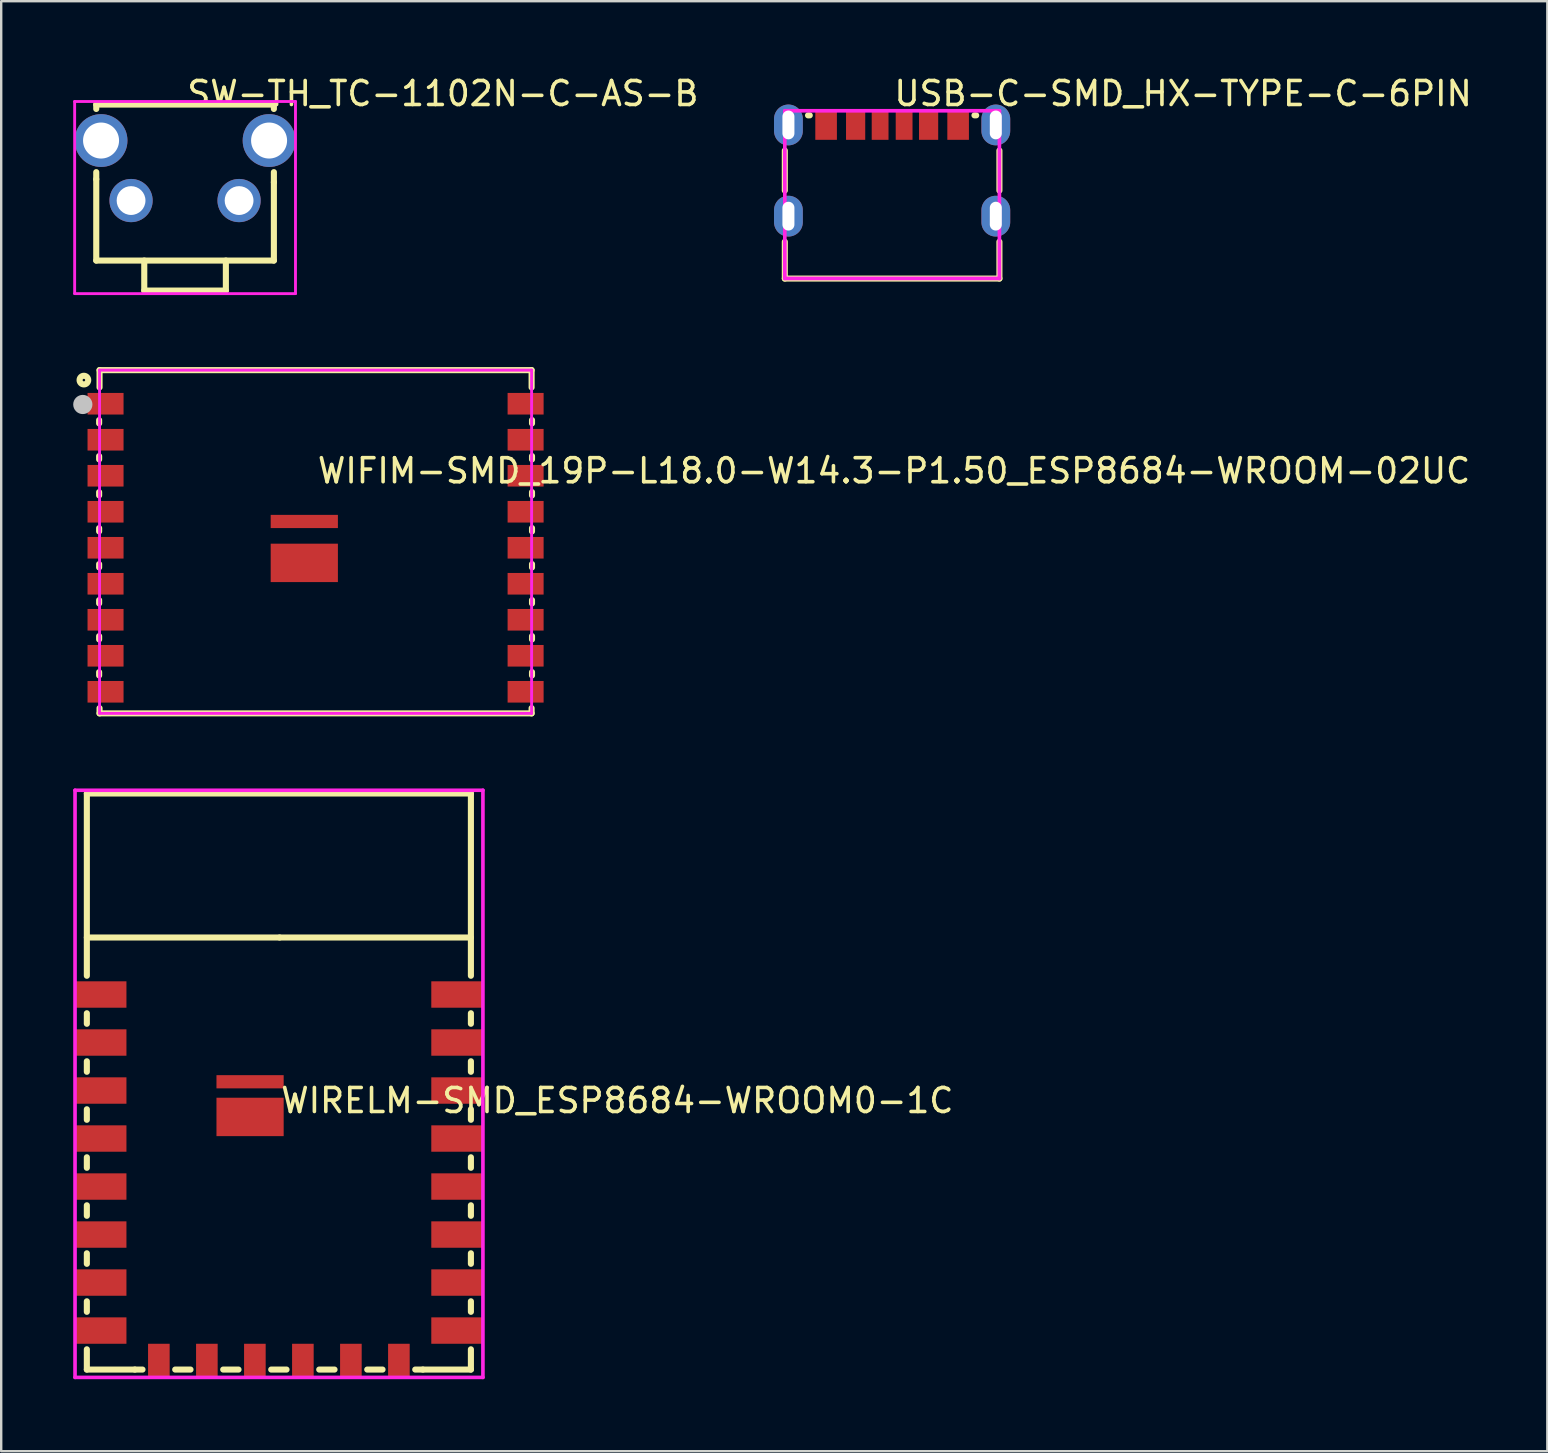
<source format=kicad_pcb>
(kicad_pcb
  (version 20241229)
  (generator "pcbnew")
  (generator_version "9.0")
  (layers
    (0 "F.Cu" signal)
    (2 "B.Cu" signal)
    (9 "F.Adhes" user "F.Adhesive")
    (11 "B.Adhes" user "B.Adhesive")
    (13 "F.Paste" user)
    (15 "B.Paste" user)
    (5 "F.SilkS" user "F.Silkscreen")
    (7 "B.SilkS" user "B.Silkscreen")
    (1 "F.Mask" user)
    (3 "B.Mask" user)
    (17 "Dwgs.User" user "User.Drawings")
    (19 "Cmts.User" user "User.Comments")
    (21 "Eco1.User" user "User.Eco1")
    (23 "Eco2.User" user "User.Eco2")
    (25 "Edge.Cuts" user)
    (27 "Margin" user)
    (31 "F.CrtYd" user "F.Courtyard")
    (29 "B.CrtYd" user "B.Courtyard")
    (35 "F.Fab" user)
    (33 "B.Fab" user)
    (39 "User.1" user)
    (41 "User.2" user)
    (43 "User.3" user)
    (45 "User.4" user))
  (footprint "WIRELM-SMD_ESP8684-WROOM0-1C"
    (layer "F.Cu")
    (at 8.568 46.007)
    (property "Reference" "WIRELM-SMD_ESP8684-WROOM0-1C" (at 0 -3.207 0) (layer "F.SilkS") (effects (font (size 1 1) (thickness 0.15)) (justify left)))
    (attr through_hole)
    (fp_line (start -8 -8.406) (end -8 -16) (stroke (width 0.254) (type solid)) (layer "F.SilkS"))
    (fp_line (start -8 -6.406) (end -8 -6.844) (stroke (width 0.254) (type solid)) (layer "F.SilkS"))
    (fp_line (start -8 -4.406) (end -8 -4.844) (stroke (width 0.254) (type solid)) (layer "F.SilkS"))
    (fp_line (start -8 -2.406) (end -8 -2.844) (stroke (width 0.254) (type solid)) (layer "F.SilkS"))
    (fp_line (start -8 -0.406) (end -8 -0.844) (stroke (width 0.254) (type solid)) (layer "F.SilkS"))
    (fp_line (start -8 1.594) (end -8 1.156) (stroke (width 0.254) (type solid)) (layer "F.SilkS"))
    (fp_line (start -8 3.594) (end -8 3.156) (stroke (width 0.254) (type solid)) (layer "F.SilkS"))
    (fp_line (start -8 5.594) (end -8 5.156) (stroke (width 0.254) (type solid)) (layer "F.SilkS"))
    (fp_line (start -8 8) (end -8 7.156) (stroke (width 0.254) (type solid)) (layer "F.SilkS"))
    (fp_line (start -6 8) (end -8 8) (stroke (width 0.254) (type solid)) (layer "F.SilkS"))
    (fp_line (start -6 8) (end -5.681 8) (stroke (width 0.254) (type solid)) (layer "F.SilkS"))
    (fp_line (start -4.319 8) (end -3.681 8) (stroke (width 0.254) (type solid)) (layer "F.SilkS"))
    (fp_line (start -2.319 8) (end -1.681 8) (stroke (width 0.254) (type solid)) (layer "F.SilkS"))
    (fp_line (start -0.319 8) (end 0.319 8) (stroke (width 0.254) (type solid)) (layer "F.SilkS"))
    (fp_line (start 0.03 -10) (end -8 -10) (stroke (width 0.254) (type solid)) (layer "F.SilkS"))
    (fp_line (start 0.03 -10) (end 8 -10) (stroke (width 0.254) (type solid)) (layer "F.SilkS"))
    (fp_line (start 1.681 8) (end 2.319 8) (stroke (width 0.254) (type solid)) (layer "F.SilkS"))
    (fp_line (start 3.681 8) (end 4.319 8) (stroke (width 0.254) (type solid)) (layer "F.SilkS"))
    (fp_line (start 5.681 8) (end 6 8) (stroke (width 0.254) (type solid)) (layer "F.SilkS"))
    (fp_line (start 8 -16) (end -8 -16) (stroke (width 0.254) (type solid)) (layer "F.SilkS"))
    (fp_line (start 8 -8.406) (end 8 -16) (stroke (width 0.254) (type solid)) (layer "F.SilkS"))
    (fp_line (start 8 -6.406) (end 8 -6.844) (stroke (width 0.254) (type solid)) (layer "F.SilkS"))
    (fp_line (start 8 -4.406) (end 8 -4.844) (stroke (width 0.254) (type solid)) (layer "F.SilkS"))
    (fp_line (start 8 -2.406) (end 8 -2.844) (stroke (width 0.254) (type solid)) (layer "F.SilkS"))
    (fp_line (start 8 -0.406) (end 8 -0.844) (stroke (width 0.254) (type solid)) (layer "F.SilkS"))
    (fp_line (start 8 1.594) (end 8 1.156) (stroke (width 0.254) (type solid)) (layer "F.SilkS"))
    (fp_line (start 8 3.594) (end 8 3.156) (stroke (width 0.254) (type solid)) (layer "F.SilkS"))
    (fp_line (start 8 5.594) (end 8 5.156) (stroke (width 0.254) (type solid)) (layer "F.SilkS"))
    (fp_line (start 8 8) (end 6 8) (stroke (width 0.254) (type solid)) (layer "F.SilkS"))
    (fp_line (start 8 8) (end 8 7.156) (stroke (width 0.254) (type solid)) (layer "F.SilkS"))
    (fp_line (start -8.492 -16.134) (end 8.501 -16.134) (stroke (width 0.152) (type solid)) (layer "F.CrtYd"))
    (fp_line (start -8.492 8.326) (end -8.492 -16.134) (stroke (width 0.152) (type solid)) (layer "F.CrtYd"))
    (fp_line (start 8.501 -16.134) (end 8.501 8.326) (stroke (width 0.152) (type solid)) (layer "F.CrtYd"))
    (fp_line (start 8.501 8.326) (end -8.492 8.326) (stroke (width 0.152) (type solid)) (layer "F.CrtYd"))
    (pad "1" smd rect (at -7.425 -7.625) (size 2.15 1.1) (layers "F.Cu" "F.Mask" "F.Paste"))
    (pad "2" smd rect (at -7.425 -5.625) (size 2.15 1.1) (layers "F.Cu" "F.Mask" "F.Paste"))
    (pad "3" smd rect (at -7.425 -3.625) (size 2.15 1.1) (layers "F.Cu" "F.Mask" "F.Paste"))
    (pad "4" smd rect (at -7.425 -1.625) (size 2.15 1.1) (layers "F.Cu" "F.Mask" "F.Paste"))
    (pad "5" smd rect (at -7.425 0.375) (size 2.15 1.1) (layers "F.Cu" "F.Mask" "F.Paste"))
    (pad "6" smd rect (at -7.425 2.375) (size 2.15 1.1) (layers "F.Cu" "F.Mask" "F.Paste"))
    (pad "7" smd rect (at -7.425 4.375) (size 2.15 1.1) (layers "F.Cu" "F.Mask" "F.Paste"))
    (pad "8" smd rect (at -7.425 6.375) (size 2.15 1.1) (layers "F.Cu" "F.Mask" "F.Paste"))
    (pad "9" smd rect (at -5 7.625 90) (size 1.4 0.9) (layers "F.Cu" "F.Mask" "F.Paste"))
    (pad "10" smd rect (at -3 7.625 90) (size 1.4 0.9) (layers "F.Cu" "F.Mask" "F.Paste"))
    (pad "11" smd rect (at -1 7.625 90) (size 1.4 0.9) (layers "F.Cu" "F.Mask" "F.Paste"))
    (pad "12" smd rect (at 1 7.625 90) (size 1.4 0.9) (layers "F.Cu" "F.Mask" "F.Paste"))
    (pad "13" smd rect (at 3 7.625 90) (size 1.4 0.9) (layers "F.Cu" "F.Mask" "F.Paste"))
    (pad "14" smd rect (at 5 7.625 90) (size 1.4 0.9) (layers "F.Cu" "F.Mask" "F.Paste"))
    (pad "15" smd rect (at 7.425 6.375 180) (size 2.15 1.1) (layers "F.Cu" "F.Mask" "F.Paste"))
    (pad "16" smd rect (at 7.425 4.375 180) (size 2.15 1.1) (layers "F.Cu" "F.Mask" "F.Paste"))
    (pad "17" smd rect (at 7.425 2.375 180) (size 2.15 1.1) (layers "F.Cu" "F.Mask" "F.Paste"))
    (pad "18" smd rect (at 7.425 0.375 180) (size 2.15 1.1) (layers "F.Cu" "F.Mask" "F.Paste"))
    (pad "19" smd rect (at 7.425 -1.625 180) (size 2.15 1.1) (layers "F.Cu" "F.Mask" "F.Paste"))
    (pad "20" smd rect (at 7.425 -3.625 180) (size 2.15 1.1) (layers "F.Cu" "F.Mask" "F.Paste"))
    (pad "21" smd rect (at 7.425 -5.625 180) (size 2.15 1.1) (layers "F.Cu" "F.Mask" "F.Paste"))
    (pad "22" smd rect (at 7.425 -7.625 180) (size 2.15 1.1) (layers "F.Cu" "F.Mask" "F.Paste"))
    (pad "23" smd rect (at -1.2 -3.99 180) (size 2.8 0.55) (layers "F.Cu" "F.Mask" "F.Paste"))
    (pad "24" smd rect (at -1.2 -2.525 180) (size 2.8 1.6) (layers "F.Cu" "F.Mask" "F.Paste")))
  (footprint "WIFIM-SMD_19P-L18.0-W14.3-P1.50_ESP8684-WROOM-02UC"
    (layer "F.Cu")
    (at 10.097 19.77)
    (property "Reference" "WIFIM-SMD_19P-L18.0-W14.3-P1.50_ESP8684-WROOM-02UC" (at 0 -3.207 0) (layer "F.SilkS") (effects (font (size 1 1) (thickness 0.15)) (justify left)))
    (attr through_hole)
    (fp_line (start -9.017 -5.319) (end -9.017 -5.181) (stroke (width 0.254) (type solid)) (layer "F.SilkS"))
    (fp_line (start -9.017 -3.819) (end -9.017 -3.681) (stroke (width 0.254) (type solid)) (layer "F.SilkS"))
    (fp_line (start -9.017 -2.319) (end -9.017 -2.181) (stroke (width 0.254) (type solid)) (layer "F.SilkS"))
    (fp_line (start -9.017 -0.819) (end -9.017 -0.681) (stroke (width 0.254) (type solid)) (layer "F.SilkS"))
    (fp_line (start -9.017 0.681) (end -9.017 0.819) (stroke (width 0.254) (type solid)) (layer "F.SilkS"))
    (fp_line (start -9.017 2.181) (end -9.017 2.319) (stroke (width 0.254) (type solid)) (layer "F.SilkS"))
    (fp_line (start -9.017 3.681) (end -9.017 3.819) (stroke (width 0.254) (type solid)) (layer "F.SilkS"))
    (fp_line (start -9.017 5.181) (end -9.017 5.319) (stroke (width 0.254) (type solid)) (layer "F.SilkS"))
    (fp_line (start -9 -7.4) (end 9 -7.4) (stroke (width 0.254) (type solid)) (layer "F.SilkS"))
    (fp_line (start -9 -6.681) (end -9 -7.4) (stroke (width 0.254) (type solid)) (layer "F.SilkS"))
    (fp_line (start -9 6.9) (end -9 6.681) (stroke (width 0.254) (type solid)) (layer "F.SilkS"))
    (fp_line (start 9 -6.681) (end 9 -7.401) (stroke (width 0.254) (type solid)) (layer "F.SilkS"))
    (fp_line (start 9 6.681) (end 9 6.9) (stroke (width 0.254) (type solid)) (layer "F.SilkS"))
    (fp_line (start 9 6.9) (end -9 6.9) (stroke (width 0.254) (type solid)) (layer "F.SilkS"))
    (fp_line (start 9.017 -5.181) (end 9.017 -5.319) (stroke (width 0.254) (type solid)) (layer "F.SilkS"))
    (fp_line (start 9.017 -3.681) (end 9.017 -3.819) (stroke (width 0.254) (type solid)) (layer "F.SilkS"))
    (fp_line (start 9.017 -2.181) (end 9.017 -2.319) (stroke (width 0.254) (type solid)) (layer "F.SilkS"))
    (fp_line (start 9.017 -0.681) (end 9.017 -0.819) (stroke (width 0.254) (type solid)) (layer "F.SilkS"))
    (fp_line (start 9.017 0.819) (end 9.017 0.681) (stroke (width 0.254) (type solid)) (layer "F.SilkS"))
    (fp_line (start 9.017 2.319) (end 9.017 2.181) (stroke (width 0.254) (type solid)) (layer "F.SilkS"))
    (fp_line (start 9.017 3.819) (end 9.017 3.681) (stroke (width 0.254) (type solid)) (layer "F.SilkS"))
    (fp_line (start 9.017 5.319) (end 9.017 5.181) (stroke (width 0.254) (type solid)) (layer "F.SilkS"))
    (fp_circle (center -9.652 -6.985) (end -9.472 -6.985) (stroke (width 0.254) (type solid)) (fill no) (layer "F.SilkS"))
    (fp_circle (center -9.697 -5.969) (end -9.497 -5.969) (stroke (width 0.4) (type solid)) (fill no) (layer "Dwgs.User"))
    (fp_circle (center -9.004 -7.15) (end -8.974 -7.15) (stroke (width 0.06) (type solid)) (fill no) (layer "Eco2.User"))
    (fp_poly (pts (xy -9.004 -6.425) (xy -8.104 -6.425) (xy -8.104 -5.575) (xy -9.004 -5.575)) (stroke (width 0.12) (type solid)) (fill no) (layer "Eco2.User"))
    (fp_poly (pts (xy -9.004 -4.925) (xy -8.104 -4.925) (xy -8.104 -4.075) (xy -9.004 -4.075)) (stroke (width 0.12) (type solid)) (fill no) (layer "Eco2.User"))
    (fp_poly (pts (xy -9.004 -3.425) (xy -8.104 -3.425) (xy -8.104 -2.575) (xy -9.004 -2.575)) (stroke (width 0.12) (type solid)) (fill no) (layer "Eco2.User"))
    (fp_poly (pts (xy -9.004 -1.925) (xy -8.104 -1.925) (xy -8.104 -1.075) (xy -9.004 -1.075)) (stroke (width 0.12) (type solid)) (fill no) (layer "Eco2.User"))
    (fp_poly (pts (xy -9.004 -0.425) (xy -8.104 -0.425) (xy -8.104 0.425) (xy -9.004 0.425)) (stroke (width 0.12) (type solid)) (fill no) (layer "Eco2.User"))
    (fp_poly (pts (xy -9.004 1.075) (xy -8.104 1.075) (xy -8.104 1.925) (xy -9.004 1.925)) (stroke (width 0.12) (type solid)) (fill no) (layer "Eco2.User"))
    (fp_poly (pts (xy -9.004 2.575) (xy -8.104 2.575) (xy -8.104 3.425) (xy -9.004 3.425)) (stroke (width 0.12) (type solid)) (fill no) (layer "Eco2.User"))
    (fp_poly (pts (xy -9.004 4.075) (xy -8.104 4.075) (xy -8.104 4.925) (xy -9.004 4.925)) (stroke (width 0.12) (type solid)) (fill no) (layer "Eco2.User"))
    (fp_poly (pts (xy -9.004 5.575) (xy -8.104 5.575) (xy -8.104 6.425) (xy -9.004 6.425)) (stroke (width 0.12) (type solid)) (fill no) (layer "Eco2.User"))
    (fp_poly (pts (xy -1.87 -1.37) (xy 0.93 -1.37) (xy 0.93 -0.82) (xy -1.87 -0.82)) (stroke (width 0.12) (type solid)) (fill no) (layer "Eco2.User"))
    (fp_poly (pts (xy -1.87 -0.17) (xy 0.93 -0.17) (xy 0.93 1.43) (xy -1.87 1.43)) (stroke (width 0.12) (type solid)) (fill no) (layer "Eco2.User"))
    (fp_poly (pts (xy 8.102 -6.425) (xy 9.002 -6.425) (xy 9.002 -5.575) (xy 8.102 -5.575)) (stroke (width 0.12) (type solid)) (fill no) (layer "Eco2.User"))
    (fp_poly (pts (xy 8.102 -4.925) (xy 9.002 -4.925) (xy 9.002 -4.075) (xy 8.102 -4.075)) (stroke (width 0.12) (type solid)) (fill no) (layer "Eco2.User"))
    (fp_poly (pts (xy 8.102 -3.425) (xy 9.002 -3.425) (xy 9.002 -2.575) (xy 8.102 -2.575)) (stroke (width 0.12) (type solid)) (fill no) (layer "Eco2.User"))
    (fp_poly (pts (xy 8.102 -1.925) (xy 9.002 -1.925) (xy 9.002 -1.075) (xy 8.102 -1.075)) (stroke (width 0.12) (type solid)) (fill no) (layer "Eco2.User"))
    (fp_poly (pts (xy 8.102 -0.425) (xy 9.002 -0.425) (xy 9.002 0.425) (xy 8.102 0.425)) (stroke (width 0.12) (type solid)) (fill no) (layer "Eco2.User"))
    (fp_poly (pts (xy 8.102 1.075) (xy 9.002 1.075) (xy 9.002 1.925) (xy 8.102 1.925)) (stroke (width 0.12) (type solid)) (fill no) (layer "Eco2.User"))
    (fp_poly (pts (xy 8.102 2.575) (xy 9.002 2.575) (xy 9.002 3.425) (xy 8.102 3.425)) (stroke (width 0.12) (type solid)) (fill no) (layer "Eco2.User"))
    (fp_poly (pts (xy 8.102 4.075) (xy 9.002 4.075) (xy 9.002 4.925) (xy 8.102 4.925)) (stroke (width 0.12) (type solid)) (fill no) (layer "Eco2.User"))
    (fp_poly (pts (xy 8.102 5.575) (xy 9.002 5.575) (xy 9.002 6.425) (xy 8.102 6.425)) (stroke (width 0.12) (type solid)) (fill no) (layer "Eco2.User"))
    (fp_line (start -9 -7.4) (end 9 -7.4) (stroke (width 0.12) (type solid)) (layer "F.CrtYd"))
    (fp_line (start -9 6.9) (end -9 -7.4) (stroke (width 0.12) (type solid)) (layer "F.CrtYd"))
    (fp_line (start 9 -7.4) (end 9 6.9) (stroke (width 0.12) (type solid)) (layer "F.CrtYd"))
    (fp_line (start 9 6.9) (end -9 6.9) (stroke (width 0.12) (type solid)) (layer "F.CrtYd"))
    (pad "1" smd rect (at -8.75 -6) (size 1.5 0.9) (layers "F.Cu" "F.Mask" "F.Paste"))
    (pad "2" smd rect (at -8.75 -4.5) (size 1.5 0.9) (layers "F.Cu" "F.Mask" "F.Paste"))
    (pad "3" smd rect (at -8.75 -3) (size 1.5 0.9) (layers "F.Cu" "F.Mask" "F.Paste"))
    (pad "4" smd rect (at -8.75 -1.5) (size 1.5 0.9) (layers "F.Cu" "F.Mask" "F.Paste"))
    (pad "5" smd rect (at -8.75 0) (size 1.5 0.9) (layers "F.Cu" "F.Mask" "F.Paste"))
    (pad "6" smd rect (at -8.75 1.5) (size 1.5 0.9) (layers "F.Cu" "F.Mask" "F.Paste"))
    (pad "7" smd rect (at -8.75 3) (size 1.5 0.9) (layers "F.Cu" "F.Mask" "F.Paste"))
    (pad "8" smd rect (at -8.75 4.5) (size 1.5 0.9) (layers "F.Cu" "F.Mask" "F.Paste"))
    (pad "9" smd rect (at -8.75 6) (size 1.5 0.9) (layers "F.Cu" "F.Mask" "F.Paste"))
    (pad "10" smd rect (at 8.75 6) (size 1.5 0.9) (layers "F.Cu" "F.Mask" "F.Paste"))
    (pad "11" smd rect (at 8.75 4.5) (size 1.5 0.9) (layers "F.Cu" "F.Mask" "F.Paste"))
    (pad "12" smd rect (at 8.75 3) (size 1.5 0.9) (layers "F.Cu" "F.Mask" "F.Paste"))
    (pad "13" smd rect (at 8.75 1.5) (size 1.5 0.9) (layers "F.Cu" "F.Mask" "F.Paste"))
    (pad "14" smd rect (at 8.75 0) (size 1.5 0.9) (layers "F.Cu" "F.Mask" "F.Paste"))
    (pad "15" smd rect (at 8.75 -1.5) (size 1.5 0.9) (layers "F.Cu" "F.Mask" "F.Paste"))
    (pad "16" smd rect (at 8.75 -3) (size 1.5 0.9) (layers "F.Cu" "F.Mask" "F.Paste"))
    (pad "17" smd rect (at 8.75 -4.5) (size 1.5 0.9) (layers "F.Cu" "F.Mask" "F.Paste"))
    (pad "18" smd rect (at 8.75 -6) (size 1.5 0.9) (layers "F.Cu" "F.Mask" "F.Paste"))
    (pad "19" smd rect (at -0.47 -1.095) (size 2.8 0.55) (layers "F.Cu" "F.Mask" "F.Paste"))
    (pad "19" smd rect (at -0.47 0.63) (size 2.8 1.6) (layers "F.Cu" "F.Mask" "F.Paste")))
  (footprint "USB-C-SMD_HX-TYPE-C-6PIN"
    (layer "F.Cu")
    (at 34.116 4.055)
    (property "Reference" "USB-C-SMD_HX-TYPE-C-6PIN" (at 0 -3.207 0) (layer "F.SilkS") (effects (font (size 1 1) (thickness 0.15)) (justify left)))
    (attr through_hole)
    (fp_line (start -4.47 0.833) (end -4.47 -0.833) (stroke (width 0.254) (type solid)) (layer "F.SilkS"))
    (fp_line (start -4.47 4.5) (end -4.47 2.967) (stroke (width 0.254) (type solid)) (layer "F.SilkS"))
    (fp_line (start -4.47 4.5) (end 4.47 4.5) (stroke (width 0.254) (type solid)) (layer "F.SilkS"))
    (fp_line (start -3.431 -2.3) (end -3.503 -2.3) (stroke (width 0.254) (type solid)) (layer "F.SilkS"))
    (fp_line (start 3.503 -2.3) (end 3.431 -2.3) (stroke (width 0.254) (type solid)) (layer "F.SilkS"))
    (fp_line (start 4.47 0.833) (end 4.47 -0.833) (stroke (width 0.254) (type solid)) (layer "F.SilkS"))
    (fp_line (start 4.47 4.5) (end 4.47 2.967) (stroke (width 0.254) (type solid)) (layer "F.SilkS"))
    (fp_line (start -4.47 -2.49) (end 4.47 -2.49) (stroke (width 0.152) (type solid)) (layer "F.CrtYd"))
    (fp_line (start -4.47 4.495) (end -4.47 -2.49) (stroke (width 0.152) (type solid)) (layer "F.CrtYd"))
    (fp_line (start 4.47 -2.49) (end 4.47 4.495) (stroke (width 0.152) (type solid)) (layer "F.CrtYd"))
    (fp_line (start 4.47 4.495) (end -4.47 4.495) (stroke (width 0.152) (type solid)) (layer "F.CrtYd"))
    (pad "13" thru_hole oval (at -4.32 -1.9) (size 1.2 1.7) (drill oval 0.5 1.2) (layers "*.Cu" "*.Mask"))
    (pad "14" thru_hole oval (at 4.32 -1.9) (size 1.2 1.7) (drill oval 0.5 1.2) (layers "*.Cu" "*.Mask"))
    (pad "15" thru_hole oval (at -4.32 1.9) (size 1.2 1.7) (drill oval 0.5 1.2) (layers "*.Cu" "*.Mask"))
    (pad "16" thru_hole oval (at 4.32 1.9) (size 1.2 1.7) (drill oval 0.5 1.2) (layers "*.Cu" "*.Mask"))
    (pad "A5" smd rect (at -0.5 -1.88) (size 0.7 1.2) (layers "F.Cu" "F.Mask" "F.Paste"))
    (pad "A9" smd rect (at 1.52 -1.88) (size 0.8 1.2) (layers "F.Cu" "F.Mask" "F.Paste"))
    (pad "A12" smd rect (at 2.75 -1.88) (size 0.9 1.2) (layers "F.Cu" "F.Mask" "F.Paste"))
    (pad "B5" smd rect (at 0.5 -1.88) (size 0.7 1.2) (layers "F.Cu" "F.Mask" "F.Paste"))
    (pad "B9" smd rect (at -1.52 -1.88) (size 0.8 1.2) (layers "F.Cu" "F.Mask" "F.Paste"))
    (pad "B12" smd rect (at -2.75 -1.88) (size 0.9 1.2) (layers "F.Cu" "F.Mask" "F.Paste")))
  (footprint "SW-TH_TC-1102N-C-AS-B"
    (layer "F.Cu")
    (at 4.66 4.055)
    (property "Reference" "SW-TH_TC-1102N-C-AS-B" (at 0 -3.207 0) (layer "F.SilkS") (effects (font (size 1 1) (thickness 0.15)) (justify left)))
    (attr through_hole)
    (fp_line (start -3.7 -2.75) (end -3.7 -2.566) (stroke (width 0.254) (type solid)) (layer "F.SilkS"))
    (fp_line (start -3.7 -2.75) (end 3.7 -2.75) (stroke (width 0.254) (type solid)) (layer "F.SilkS"))
    (fp_line (start -3.7 0.066) (end -3.7 0.361) (stroke (width 0.254) (type solid)) (layer "F.SilkS"))
    (fp_line (start -3.7 3.75) (end -3.7 0.361) (stroke (width 0.254) (type solid)) (layer "F.SilkS"))
    (fp_line (start -3.7 3.75) (end 3.7 3.75) (stroke (width 0.254) (type solid)) (layer "F.SilkS"))
    (fp_line (start -1.7 5) (end -1.7 3.75) (stroke (width 0.254) (type solid)) (layer "F.SilkS"))
    (fp_line (start -1.7 5) (end 1.7 5) (stroke (width 0.254) (type solid)) (layer "F.SilkS"))
    (fp_line (start 1.7 5) (end 1.7 3.75) (stroke (width 0.254) (type solid)) (layer "F.SilkS"))
    (fp_line (start 3.7 -2.566) (end 3.7 -2.75) (stroke (width 0.254) (type solid)) (layer "F.SilkS"))
    (fp_line (start 3.7 0.488) (end 3.7 0.066) (stroke (width 0.254) (type solid)) (layer "F.SilkS"))
    (fp_line (start 3.7 3.75) (end 3.7 0.488) (stroke (width 0.254) (type solid)) (layer "F.SilkS"))
    (fp_circle (center -4.6 5.127) (end -4.57 5.127) (stroke (width 0.06) (type solid)) (fill no) (layer "Eco2.User"))
    (fp_circle (center -3.5 -1.25) (end -3.175 -1.25) (stroke (width 0.65) (type solid)) (fill no) (layer "Eco2.User"))
    (fp_circle (center -2.25 1.25) (end -2 1.25) (stroke (width 0.5) (type solid)) (fill no) (layer "Eco2.User"))
    (fp_circle (center 2.25 1.25) (end 2.5 1.25) (stroke (width 0.5) (type solid)) (fill no) (layer "Eco2.User"))
    (fp_circle (center 3.5 -1.25) (end 3.825 -1.25) (stroke (width 0.65) (type solid)) (fill no) (layer "Eco2.User"))
    (fp_line (start -4.6 -2.877) (end 4.6 -2.877) (stroke (width 0.12) (type solid)) (layer "F.CrtYd"))
    (fp_line (start -4.6 5.127) (end -4.6 -2.877) (stroke (width 0.12) (type solid)) (layer "F.CrtYd"))
    (fp_line (start 4.6 -2.877) (end 4.6 5.127) (stroke (width 0.12) (type solid)) (layer "F.CrtYd"))
    (fp_line (start 4.6 5.127) (end -4.6 5.127) (stroke (width 0.12) (type solid)) (layer "F.CrtYd"))
    (pad "1" thru_hole circle (at -2.25 1.25) (size 1.8 1.8) (drill 1.2) (layers "*.Cu" "*.Mask"))
    (pad "2" thru_hole circle (at 2.25 1.25) (size 1.8 1.8) (drill 1.2) (layers "*.Cu" "*.Mask"))
    (pad "3" thru_hole circle (at 3.5 -1.25) (size 2.2 2.2) (drill 1.5) (layers "*.Cu" "*.Mask"))
    (pad "4" thru_hole circle (at -3.5 -1.25) (size 2.2 2.2) (drill 1.5) (layers "*.Cu" "*.Mask")))
  (gr_rect
    (start -3 -3)
    (end 61.413 57.409)
    (stroke (width 0.1) (type default))
    (fill no)
    (layer "Edge.Cuts")))
</source>
